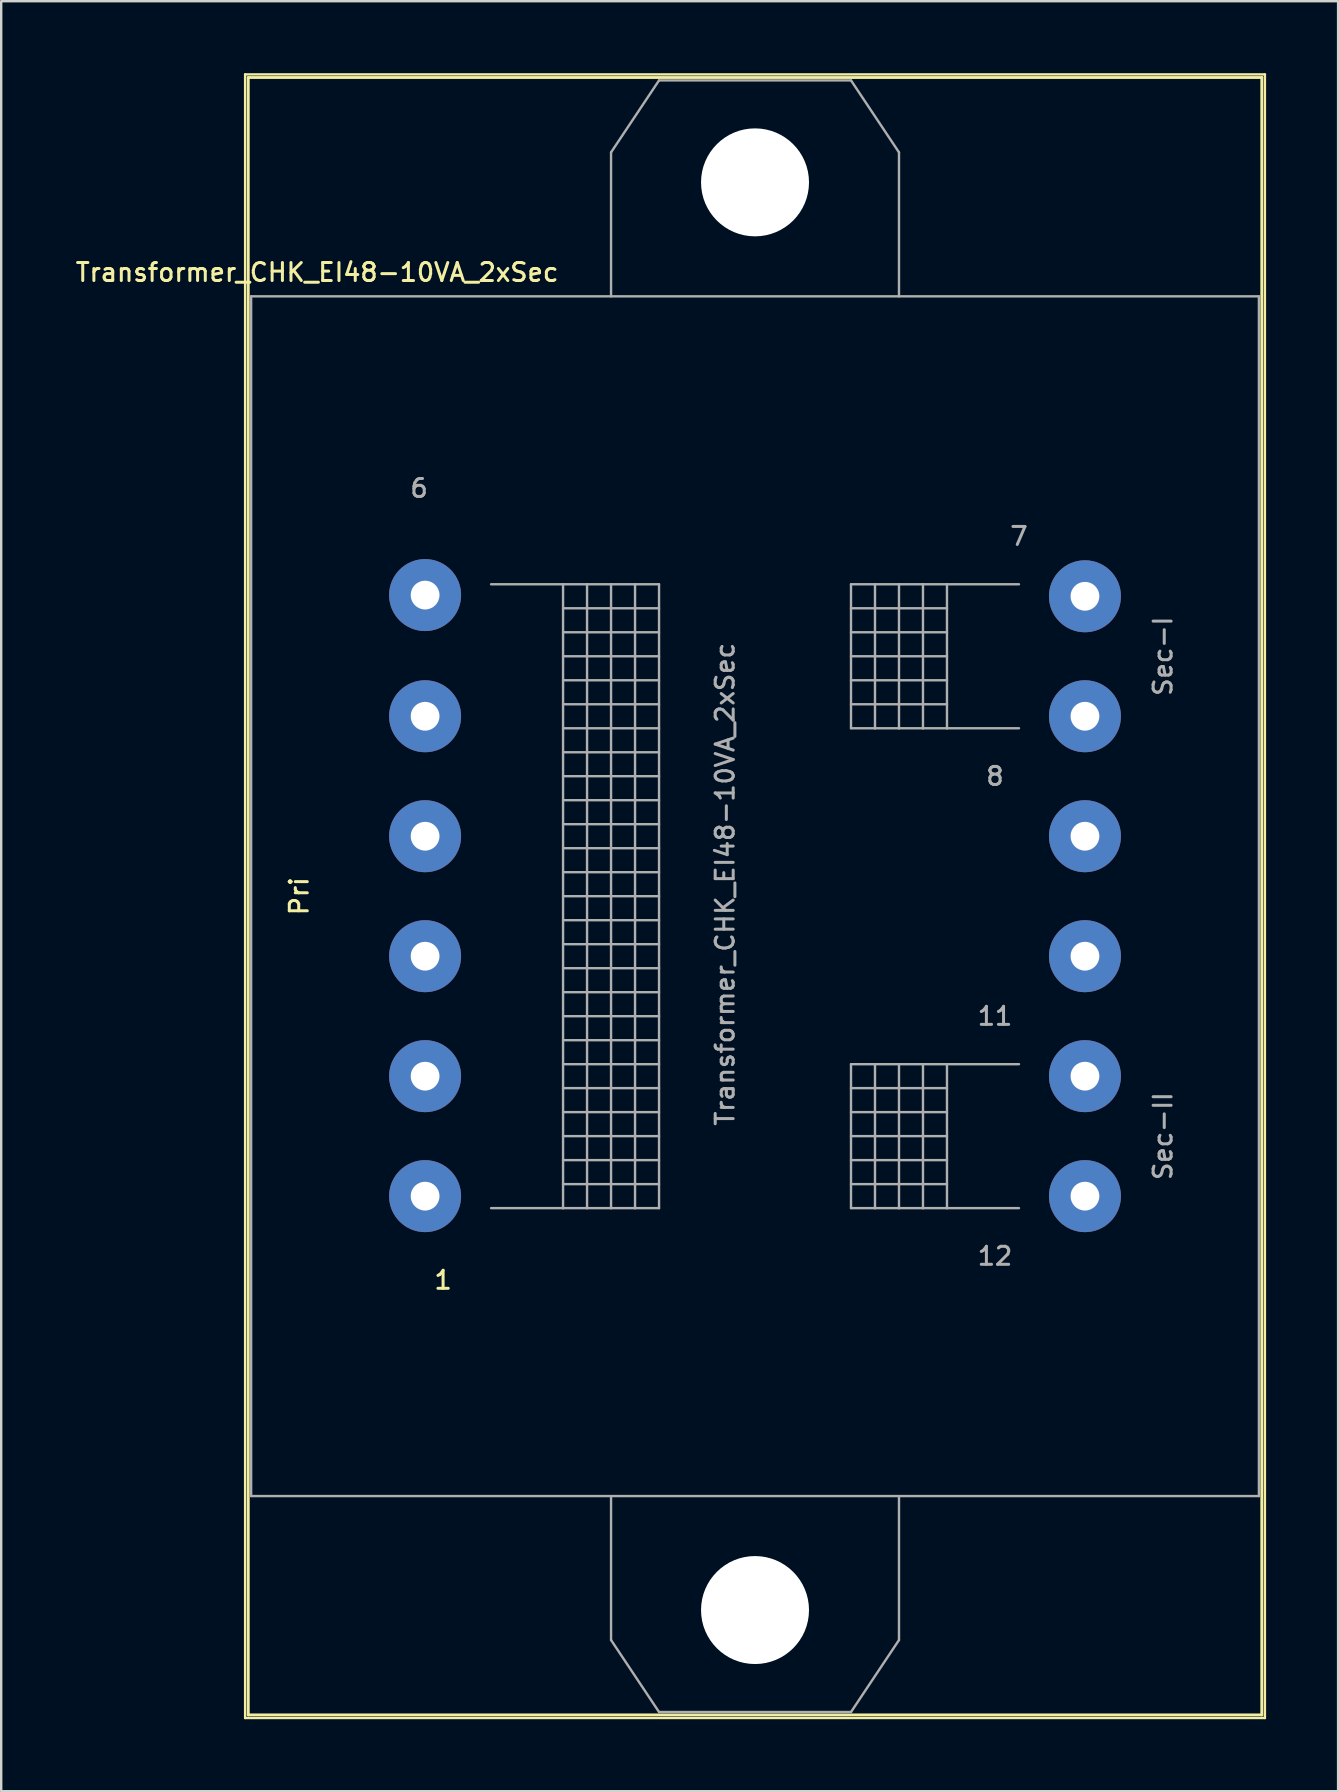
<source format=kicad_pcb>
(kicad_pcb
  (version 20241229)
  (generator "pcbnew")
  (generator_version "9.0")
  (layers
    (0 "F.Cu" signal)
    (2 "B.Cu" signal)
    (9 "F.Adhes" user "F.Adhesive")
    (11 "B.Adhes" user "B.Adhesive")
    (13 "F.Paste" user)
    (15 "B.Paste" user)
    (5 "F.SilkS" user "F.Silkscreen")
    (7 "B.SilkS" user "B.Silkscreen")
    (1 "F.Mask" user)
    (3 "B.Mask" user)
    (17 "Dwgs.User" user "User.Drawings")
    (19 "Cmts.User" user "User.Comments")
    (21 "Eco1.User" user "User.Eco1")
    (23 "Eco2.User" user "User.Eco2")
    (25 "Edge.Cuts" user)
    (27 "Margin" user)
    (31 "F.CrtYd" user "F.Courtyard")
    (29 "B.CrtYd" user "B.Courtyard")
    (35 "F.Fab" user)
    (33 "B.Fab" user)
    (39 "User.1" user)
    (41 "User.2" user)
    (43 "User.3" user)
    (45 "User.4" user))
  (footprint "Transformer_CHK_EI48-10VA_2xSec"
    (layer "F.Cu")
    (at 14.666 46.8)
    (property "Reference" "Transformer_CHK_EI48-10VA_2xSec" (at -4.5 -38.5 0) (layer "F.SilkS") (effects (font (size 0.75 0.75) (thickness 0.125))))
    (attr through_hole)
    (fp_line (start -7.5 -46.75) (end -7.5 21.75) (stroke (width 0.1) (type solid)) (layer "F.SilkS"))
    (fp_line (start -7.5 -46.75) (end 35 -46.75) (stroke (width 0.1) (type solid)) (layer "F.SilkS"))
    (fp_line (start -7.37 -46.62) (end -7.37 21.62) (stroke (width 0.12) (type solid)) (layer "F.SilkS"))
    (fp_line (start -7.37 -46.62) (end 34.87 -46.62) (stroke (width 0.12) (type solid)) (layer "F.SilkS"))
    (fp_line (start 34.87 21.62) (end -7.37 21.62) (stroke (width 0.12) (type solid)) (layer "F.SilkS"))
    (fp_line (start 34.87 21.62) (end 34.87 -46.62) (stroke (width 0.12) (type solid)) (layer "F.SilkS"))
    (fp_line (start 35 21.75) (end -7.5 21.75) (stroke (width 0.1) (type solid)) (layer "F.SilkS"))
    (fp_line (start 35 21.75) (end 35 -46.75) (stroke (width 0.1) (type solid)) (layer "F.SilkS"))
    (fp_line (start -7.25 -37.5) (end -7.25 12.5) (stroke (width 0.1) (type solid)) (layer "F.Fab"))
    (fp_line (start -7.25 12.5) (end 34.75 12.5) (stroke (width 0.1) (type solid)) (layer "F.Fab"))
    (fp_line (start 2.75 -25.5) (end 5.75 -25.5) (stroke (width 0.1) (type solid)) (layer "F.Fab"))
    (fp_line (start 5.75 -25.5) (end 5.75 0.5) (stroke (width 0.1) (type solid)) (layer "F.Fab"))
    (fp_line (start 5.75 -25.5) (end 6.75 -25.5) (stroke (width 0.1) (type solid)) (layer "F.Fab"))
    (fp_line (start 5.75 -24.5) (end 9.75 -24.5) (stroke (width 0.1) (type solid)) (layer "F.Fab"))
    (fp_line (start 5.75 -23.5) (end 9.75 -23.5) (stroke (width 0.1) (type solid)) (layer "F.Fab"))
    (fp_line (start 5.75 -22.5) (end 9.75 -22.5) (stroke (width 0.1) (type solid)) (layer "F.Fab"))
    (fp_line (start 5.75 -21.5) (end 9.75 -21.5) (stroke (width 0.1) (type solid)) (layer "F.Fab"))
    (fp_line (start 5.75 -20.5) (end 9.75 -20.5) (stroke (width 0.1) (type solid)) (layer "F.Fab"))
    (fp_line (start 5.75 -19.5) (end 9.75 -19.5) (stroke (width 0.1) (type solid)) (layer "F.Fab"))
    (fp_line (start 5.75 -18.5) (end 9.75 -18.5) (stroke (width 0.1) (type solid)) (layer "F.Fab"))
    (fp_line (start 5.75 -17.5) (end 9.75 -17.5) (stroke (width 0.1) (type solid)) (layer "F.Fab"))
    (fp_line (start 5.75 -16.5) (end 9.75 -16.5) (stroke (width 0.1) (type solid)) (layer "F.Fab"))
    (fp_line (start 5.75 -15.5) (end 9.75 -15.5) (stroke (width 0.1) (type solid)) (layer "F.Fab"))
    (fp_line (start 5.75 -14.5) (end 9.75 -14.5) (stroke (width 0.1) (type solid)) (layer "F.Fab"))
    (fp_line (start 5.75 -13.5) (end 9.75 -13.5) (stroke (width 0.1) (type solid)) (layer "F.Fab"))
    (fp_line (start 5.75 -12.5) (end 9.75 -12.5) (stroke (width 0.1) (type solid)) (layer "F.Fab"))
    (fp_line (start 5.75 -11.5) (end 9.75 -11.5) (stroke (width 0.1) (type solid)) (layer "F.Fab"))
    (fp_line (start 5.75 -10.5) (end 9.75 -10.5) (stroke (width 0.1) (type solid)) (layer "F.Fab"))
    (fp_line (start 5.75 -9.5) (end 9.75 -9.5) (stroke (width 0.1) (type solid)) (layer "F.Fab"))
    (fp_line (start 5.75 -8.5) (end 9.75 -8.5) (stroke (width 0.1) (type solid)) (layer "F.Fab"))
    (fp_line (start 5.75 -7.5) (end 9.75 -7.5) (stroke (width 0.1) (type solid)) (layer "F.Fab"))
    (fp_line (start 5.75 -6.5) (end 9.75 -6.5) (stroke (width 0.1) (type solid)) (layer "F.Fab"))
    (fp_line (start 5.75 -5.5) (end 9.75 -5.5) (stroke (width 0.1) (type solid)) (layer "F.Fab"))
    (fp_line (start 5.75 -4.5) (end 9.75 -4.5) (stroke (width 0.1) (type solid)) (layer "F.Fab"))
    (fp_line (start 5.75 -3.5) (end 9.75 -3.5) (stroke (width 0.1) (type solid)) (layer "F.Fab"))
    (fp_line (start 5.75 -2.5) (end 9.75 -2.5) (stroke (width 0.1) (type solid)) (layer "F.Fab"))
    (fp_line (start 5.75 -0.5) (end 9.75 -0.5) (stroke (width 0.1) (type solid)) (layer "F.Fab"))
    (fp_line (start 5.75 0.5) (end 2.75 0.5) (stroke (width 0.1) (type solid)) (layer "F.Fab"))
    (fp_line (start 6.75 -25.5) (end 6.75 0.5) (stroke (width 0.1) (type solid)) (layer "F.Fab"))
    (fp_line (start 6.75 -25.5) (end 7.75 -25.5) (stroke (width 0.1) (type solid)) (layer "F.Fab"))
    (fp_line (start 6.75 -1.5) (end 5.75 -1.5) (stroke (width 0.1) (type solid)) (layer "F.Fab"))
    (fp_line (start 6.75 -1.5) (end 9.75 -1.5) (stroke (width 0.1) (type solid)) (layer "F.Fab"))
    (fp_line (start 6.75 0.5) (end 5.75 0.5) (stroke (width 0.1) (type solid)) (layer "F.Fab"))
    (fp_line (start 7.75 -43.5) (end 7.75 -37.5) (stroke (width 0.1) (type solid)) (layer "F.Fab"))
    (fp_line (start 7.75 -25.5) (end 7.75 0.5) (stroke (width 0.1) (type solid)) (layer "F.Fab"))
    (fp_line (start 7.75 -25.5) (end 8.75 -25.5) (stroke (width 0.1) (type solid)) (layer "F.Fab"))
    (fp_line (start 7.75 0.5) (end 6.75 0.5) (stroke (width 0.1) (type solid)) (layer "F.Fab"))
    (fp_line (start 7.75 18.5) (end 7.75 12.5) (stroke (width 0.1) (type solid)) (layer "F.Fab"))
    (fp_line (start 8.75 -25.5) (end 8.75 0.5) (stroke (width 0.1) (type solid)) (layer "F.Fab"))
    (fp_line (start 8.75 -25.5) (end 9.75 -25.5) (stroke (width 0.1) (type solid)) (layer "F.Fab"))
    (fp_line (start 8.75 0.5) (end 7.75 0.5) (stroke (width 0.1) (type solid)) (layer "F.Fab"))
    (fp_line (start 9.75 -46.5) (end 7.75 -43.5) (stroke (width 0.1) (type solid)) (layer "F.Fab"))
    (fp_line (start 9.75 -25.5) (end 9.75 0.5) (stroke (width 0.1) (type solid)) (layer "F.Fab"))
    (fp_line (start 9.75 0.5) (end 8.75 0.5) (stroke (width 0.1) (type solid)) (layer "F.Fab"))
    (fp_line (start 9.75 21.5) (end 7.75 18.5) (stroke (width 0.1) (type solid)) (layer "F.Fab"))
    (fp_line (start 17.75 -46.5) (end 9.75 -46.5) (stroke (width 0.1) (type solid)) (layer "F.Fab"))
    (fp_line (start 17.75 -25.5) (end 17.75 -19.5) (stroke (width 0.1) (type solid)) (layer "F.Fab"))
    (fp_line (start 17.75 -24.5) (end 21.75 -24.5) (stroke (width 0.1) (type solid)) (layer "F.Fab"))
    (fp_line (start 17.75 -23.5) (end 21.75 -23.5) (stroke (width 0.1) (type solid)) (layer "F.Fab"))
    (fp_line (start 17.75 -22.5) (end 21.75 -22.5) (stroke (width 0.1) (type solid)) (layer "F.Fab"))
    (fp_line (start 17.75 -21.5) (end 21.75 -21.5) (stroke (width 0.1) (type solid)) (layer "F.Fab"))
    (fp_line (start 17.75 -20.5) (end 21.75 -20.5) (stroke (width 0.1) (type solid)) (layer "F.Fab"))
    (fp_line (start 17.75 -19.5) (end 18.75 -19.5) (stroke (width 0.1) (type solid)) (layer "F.Fab"))
    (fp_line (start 17.75 -5.5) (end 17.75 0.5) (stroke (width 0.1) (type solid)) (layer "F.Fab"))
    (fp_line (start 17.75 -4.5) (end 21.75 -4.5) (stroke (width 0.1) (type solid)) (layer "F.Fab"))
    (fp_line (start 17.75 -3.5) (end 21.75 -3.5) (stroke (width 0.1) (type solid)) (layer "F.Fab"))
    (fp_line (start 17.75 -2.5) (end 21.75 -2.5) (stroke (width 0.1) (type solid)) (layer "F.Fab"))
    (fp_line (start 17.75 -1.5) (end 21.75 -1.5) (stroke (width 0.1) (type solid)) (layer "F.Fab"))
    (fp_line (start 17.75 -0.5) (end 21.75 -0.5) (stroke (width 0.1) (type solid)) (layer "F.Fab"))
    (fp_line (start 17.75 0.5) (end 18.75 0.5) (stroke (width 0.1) (type solid)) (layer "F.Fab"))
    (fp_line (start 17.75 21.5) (end 9.75 21.5) (stroke (width 0.1) (type solid)) (layer "F.Fab"))
    (fp_line (start 18.75 -25.5) (end 17.75 -25.5) (stroke (width 0.1) (type solid)) (layer "F.Fab"))
    (fp_line (start 18.75 -25.5) (end 18.75 -19.5) (stroke (width 0.1) (type solid)) (layer "F.Fab"))
    (fp_line (start 18.75 -19.5) (end 19.75 -19.5) (stroke (width 0.1) (type solid)) (layer "F.Fab"))
    (fp_line (start 18.75 -5.5) (end 17.75 -5.5) (stroke (width 0.1) (type solid)) (layer "F.Fab"))
    (fp_line (start 18.75 -5.5) (end 18.75 0.5) (stroke (width 0.1) (type solid)) (layer "F.Fab"))
    (fp_line (start 18.75 0.5) (end 19.75 0.5) (stroke (width 0.1) (type solid)) (layer "F.Fab"))
    (fp_line (start 19.75 -43.5) (end 17.75 -46.5) (stroke (width 0.1) (type solid)) (layer "F.Fab"))
    (fp_line (start 19.75 -37.5) (end 19.75 -43.5) (stroke (width 0.1) (type solid)) (layer "F.Fab"))
    (fp_line (start 19.75 -25.5) (end 18.75 -25.5) (stroke (width 0.1) (type solid)) (layer "F.Fab"))
    (fp_line (start 19.75 -25.5) (end 19.75 -19.5) (stroke (width 0.1) (type solid)) (layer "F.Fab"))
    (fp_line (start 19.75 -19.5) (end 20.75 -19.5) (stroke (width 0.1) (type solid)) (layer "F.Fab"))
    (fp_line (start 19.75 -5.5) (end 18.75 -5.5) (stroke (width 0.1) (type solid)) (layer "F.Fab"))
    (fp_line (start 19.75 -5.5) (end 19.75 0.5) (stroke (width 0.1) (type solid)) (layer "F.Fab"))
    (fp_line (start 19.75 0.5) (end 20.75 0.5) (stroke (width 0.1) (type solid)) (layer "F.Fab"))
    (fp_line (start 19.75 12.5) (end 19.75 18.5) (stroke (width 0.1) (type solid)) (layer "F.Fab"))
    (fp_line (start 19.75 18.5) (end 17.75 21.5) (stroke (width 0.1) (type solid)) (layer "F.Fab"))
    (fp_line (start 20.75 -25.5) (end 19.75 -25.5) (stroke (width 0.1) (type solid)) (layer "F.Fab"))
    (fp_line (start 20.75 -25.5) (end 20.75 -19.5) (stroke (width 0.1) (type solid)) (layer "F.Fab"))
    (fp_line (start 20.75 -19.5) (end 21.75 -19.5) (stroke (width 0.1) (type solid)) (layer "F.Fab"))
    (fp_line (start 20.75 -5.5) (end 19.75 -5.5) (stroke (width 0.1) (type solid)) (layer "F.Fab"))
    (fp_line (start 20.75 -5.5) (end 20.75 0.5) (stroke (width 0.1) (type solid)) (layer "F.Fab"))
    (fp_line (start 20.75 0.5) (end 21.75 0.5) (stroke (width 0.1) (type solid)) (layer "F.Fab"))
    (fp_line (start 21.75 -25.5) (end 20.75 -25.5) (stroke (width 0.1) (type solid)) (layer "F.Fab"))
    (fp_line (start 21.75 -25.5) (end 21.75 -19.5) (stroke (width 0.1) (type solid)) (layer "F.Fab"))
    (fp_line (start 21.75 -19.5) (end 24.75 -19.5) (stroke (width 0.1) (type solid)) (layer "F.Fab"))
    (fp_line (start 21.75 -5.5) (end 20.75 -5.5) (stroke (width 0.1) (type solid)) (layer "F.Fab"))
    (fp_line (start 21.75 -5.5) (end 21.75 0.5) (stroke (width 0.1) (type solid)) (layer "F.Fab"))
    (fp_line (start 21.75 0.5) (end 24.75 0.5) (stroke (width 0.1) (type solid)) (layer "F.Fab"))
    (fp_line (start 24.75 -25.5) (end 21.75 -25.5) (stroke (width 0.1) (type solid)) (layer "F.Fab"))
    (fp_line (start 24.75 -5.5) (end 21.75 -5.5) (stroke (width 0.1) (type solid)) (layer "F.Fab"))
    (fp_line (start 34.75 -37.5) (end -7.25 -37.5) (stroke (width 0.1) (type solid)) (layer "F.Fab"))
    (fp_line (start 34.75 12.5) (end 34.75 -37.5) (stroke (width 0.1) (type solid)) (layer "F.Fab"))
    (fp_text user "1" (at 0.75 3.5 0) (layer "F.SilkS") (effects (font (size 0.75 0.75) (thickness 0.125))))
    (fp_text user "Pri" (at -5.25 -12.5 90) (layer "F.SilkS") (effects (font (size 0.75 0.75) (thickness 0.125))))
    (fp_text user "7" (at 24.75 -27.5 0) (layer "F.Fab") (effects (font (size 0.75 0.75) (thickness 0.125))))
    (fp_text user "11" (at 23.75 -7.5 0) (layer "F.Fab") (effects (font (size 0.75 0.75) (thickness 0.125))))
    (fp_text user "Sec-II" (at 30.75 -2.5 90) (layer "F.Fab") (effects (font (size 0.75 0.75) (thickness 0.125))))
    (fp_text user "Sec-I" (at 30.75 -22.5 90) (layer "F.Fab") (effects (font (size 0.75 0.75) (thickness 0.125))))
    (fp_text user "8" (at 23.75 -17.5 0) (layer "F.Fab") (effects (font (size 0.75 0.75) (thickness 0.125))))
    (fp_text user "12" (at 23.75 2.5 0) (layer "F.Fab") (effects (font (size 0.75 0.75) (thickness 0.125))))
    (fp_text user "6" (at -0.25 -29.5 0) (layer "F.Fab") (effects (font (size 0.75 0.75) (thickness 0.125))))
    (fp_text user "${REFERENCE}" (at 12.5 -13 90) (layer "F.Fab") (effects (font (size 0.75 0.75) (thickness 0.125))))
    (pad "" np_thru_hole circle (at 13.75 -42.25) (size 4.5 4.5) (drill 4.5) (layers "*.Cu" "*.Mask"))
    (pad "" np_thru_hole circle (at 13.75 17.25) (size 4.5 4.5) (drill 4.5) (layers "*.Cu" "*.Mask"))
    (pad "1" thru_hole circle (at 0 0) (size 3 3) (drill 1.2) (layers "*.Cu" "*.Mask"))
    (pad "2" thru_hole circle (at 0 -5) (size 3 3) (drill 1.2) (layers "*.Cu" "*.Mask"))
    (pad "3" thru_hole circle (at 0 -10) (size 3 3) (drill 1.2) (layers "*.Cu" "*.Mask"))
    (pad "4" thru_hole circle (at 0 -15) (size 3 3) (drill 1.2) (layers "*.Cu" "*.Mask"))
    (pad "5" thru_hole circle (at 0 -20) (size 3 3) (drill 1.2) (layers "*.Cu" "*.Mask"))
    (pad "6" thru_hole circle (at 0 -25.05) (size 3 3) (drill 1.2) (layers "*.Cu" "*.Mask"))
    (pad "7" thru_hole circle (at 27.5 -25) (size 3 3) (drill 1.2) (layers "*.Cu" "*.Mask"))
    (pad "8" thru_hole circle (at 27.5 -20) (size 3 3) (drill 1.2) (layers "*.Cu" "*.Mask"))
    (pad "9" thru_hole circle (at 27.5 -15) (size 3 3) (drill 1.2) (layers "*.Cu" "*.Mask"))
    (pad "10" thru_hole circle (at 27.5 -10) (size 3 3) (drill 1.2) (layers "*.Cu" "*.Mask"))
    (pad "11" thru_hole circle (at 27.5 -5) (size 3 3) (drill 1.2) (layers "*.Cu" "*.Mask"))
    (pad "12" thru_hole circle (at 27.5 0) (size 3 3) (drill 1.2) (layers "*.Cu" "*.Mask")))
  (gr_rect
    (start -3 -3)
    (end 52.716 71.6)
    (stroke (width 0.1) (type default))
    (fill no)
    (layer "Edge.Cuts")))
</source>
